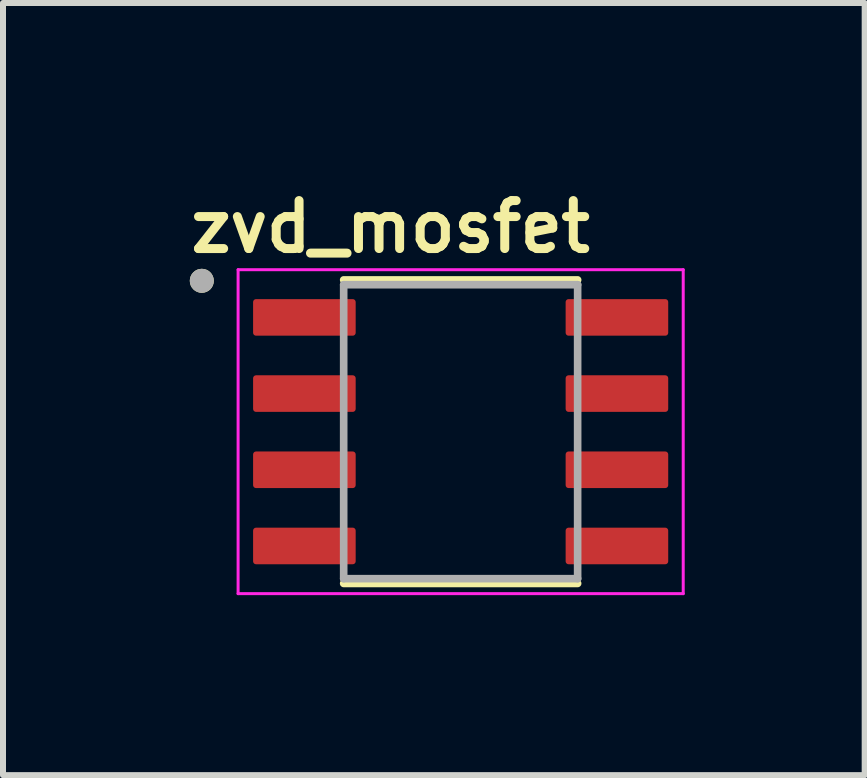
<source format=kicad_pcb>
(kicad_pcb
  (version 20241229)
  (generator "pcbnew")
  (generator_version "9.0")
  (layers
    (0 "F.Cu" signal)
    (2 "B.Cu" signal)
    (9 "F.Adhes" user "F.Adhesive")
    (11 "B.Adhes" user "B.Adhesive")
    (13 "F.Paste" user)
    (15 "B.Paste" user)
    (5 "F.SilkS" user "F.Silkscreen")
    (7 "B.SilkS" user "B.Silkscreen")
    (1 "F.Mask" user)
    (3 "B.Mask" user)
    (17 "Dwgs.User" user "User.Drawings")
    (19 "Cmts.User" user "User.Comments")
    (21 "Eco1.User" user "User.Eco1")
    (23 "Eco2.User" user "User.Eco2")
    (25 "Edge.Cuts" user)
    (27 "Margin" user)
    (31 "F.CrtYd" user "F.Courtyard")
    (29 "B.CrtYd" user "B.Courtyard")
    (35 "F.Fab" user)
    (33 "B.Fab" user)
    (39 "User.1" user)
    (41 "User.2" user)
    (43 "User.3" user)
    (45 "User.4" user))
  (footprint "zvd_mosfet"
    (layer "F.Cu")
    (at 4.629 4.146)
    (property "Reference" "zvd_mosfet" (at -1.17 -3.415 0) (layer "F.SilkS") (effects (font (size 0.8 0.8) (thickness 0.15))))
    (attr through_hole)
    (fp_line (start -1.95 -2.53) (end 1.95 -2.53) (stroke (width 0.127) (type solid)) (layer "F.SilkS"))
    (fp_line (start -1.95 2.53) (end 1.95 2.53) (stroke (width 0.127) (type solid)) (layer "F.SilkS"))
    (fp_circle (center -4.315 -2.515) (end -4.215 -2.515) (stroke (width 0.2) (type solid)) (fill no) (layer "F.SilkS"))
    (fp_line (start -3.71 -2.7) (end -3.71 2.7) (stroke (width 0.05) (type solid)) (layer "F.CrtYd"))
    (fp_line (start -3.71 -2.7) (end 3.71 -2.7) (stroke (width 0.05) (type solid)) (layer "F.CrtYd"))
    (fp_line (start -3.71 2.7) (end 3.71 2.7) (stroke (width 0.05) (type solid)) (layer "F.CrtYd"))
    (fp_line (start 3.71 -2.7) (end 3.71 2.7) (stroke (width 0.05) (type solid)) (layer "F.CrtYd"))
    (fp_line (start -1.95 -2.45) (end -1.95 2.45) (stroke (width 0.127) (type solid)) (layer "F.Fab"))
    (fp_line (start -1.95 -2.45) (end 1.95 -2.45) (stroke (width 0.127) (type solid)) (layer "F.Fab"))
    (fp_line (start -1.95 2.45) (end 1.95 2.45) (stroke (width 0.127) (type solid)) (layer "F.Fab"))
    (fp_line (start 1.95 -2.45) (end 1.95 2.45) (stroke (width 0.127) (type solid)) (layer "F.Fab"))
    (fp_circle (center -4.315 -2.515) (end -4.215 -2.515) (stroke (width 0.2) (type solid)) (fill no) (layer "F.Fab"))
    (pad "1" smd roundrect (at -2.605 -1.905) (size 1.71 0.61) (layers "F.Cu" "F.Mask" "F.Paste") (roundrect_rratio 0.08))
    (pad "2" smd roundrect (at -2.605 -0.635) (size 1.71 0.61) (layers "F.Cu" "F.Mask" "F.Paste") (roundrect_rratio 0.08))
    (pad "3" smd roundrect (at -2.605 0.635) (size 1.71 0.61) (layers "F.Cu" "F.Mask" "F.Paste") (roundrect_rratio 0.08))
    (pad "4" smd roundrect (at -2.605 1.905) (size 1.71 0.61) (layers "F.Cu" "F.Mask" "F.Paste") (roundrect_rratio 0.08))
    (pad "5" smd roundrect (at 2.605 1.905) (size 1.71 0.61) (layers "F.Cu" "F.Mask" "F.Paste") (roundrect_rratio 0.08))
    (pad "6" smd roundrect (at 2.605 0.635) (size 1.71 0.61) (layers "F.Cu" "F.Mask" "F.Paste") (roundrect_rratio 0.08))
    (pad "7" smd roundrect (at 2.605 -0.635) (size 1.71 0.61) (layers "F.Cu" "F.Mask" "F.Paste") (roundrect_rratio 0.08))
    (pad "8" smd roundrect (at 2.605 -1.905) (size 1.71 0.61) (layers "F.Cu" "F.Mask" "F.Paste") (roundrect_rratio 0.08)))
  (gr_rect
    (start -3 -3)
    (end 11.364 9.871)
    (stroke (width 0.1) (type default))
    (fill no)
    (layer "Edge.Cuts")))
</source>
